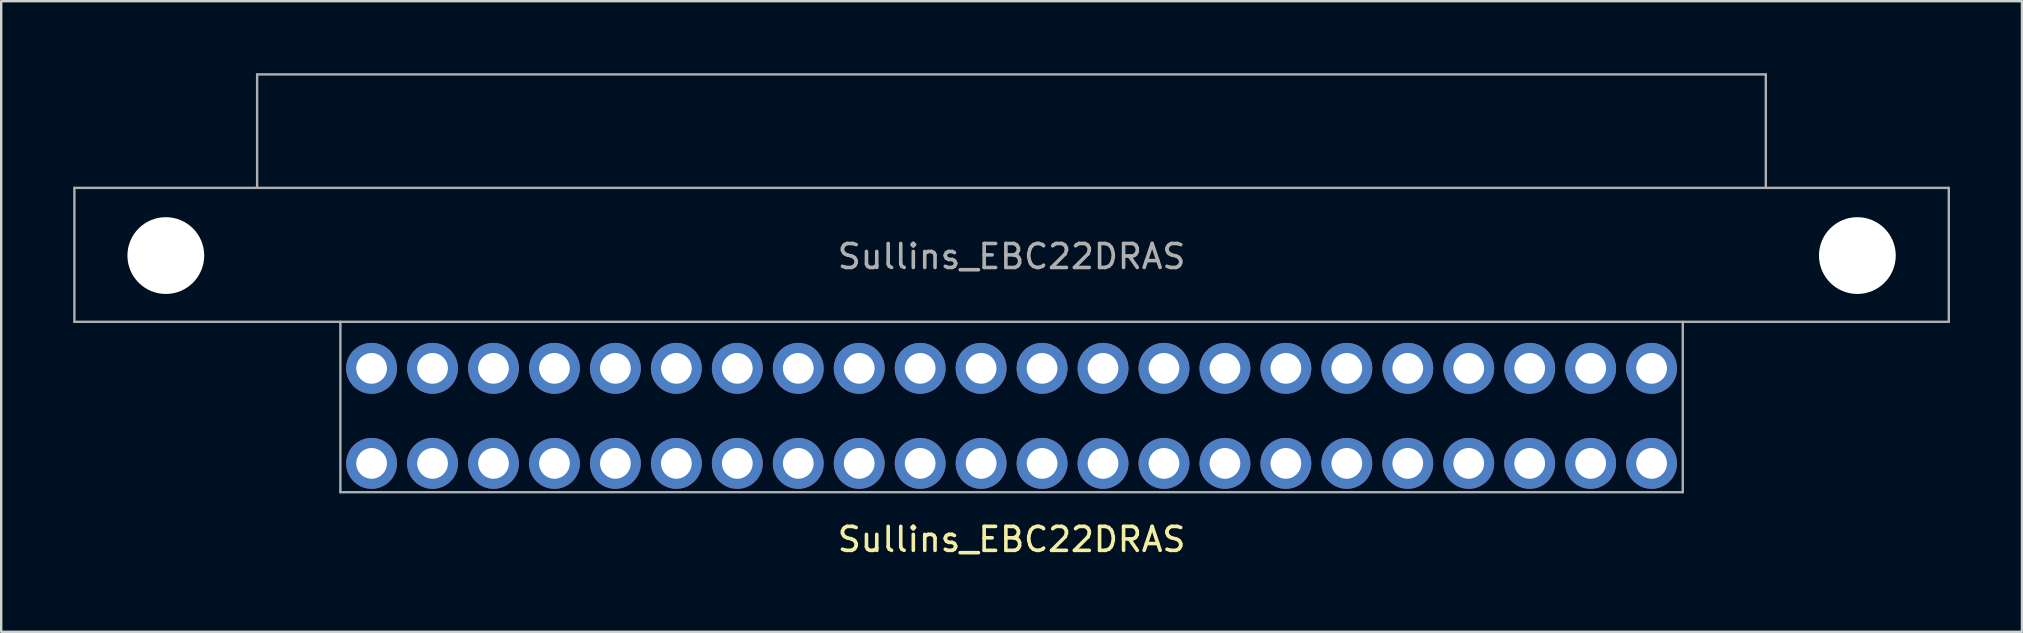
<source format=kicad_pcb>
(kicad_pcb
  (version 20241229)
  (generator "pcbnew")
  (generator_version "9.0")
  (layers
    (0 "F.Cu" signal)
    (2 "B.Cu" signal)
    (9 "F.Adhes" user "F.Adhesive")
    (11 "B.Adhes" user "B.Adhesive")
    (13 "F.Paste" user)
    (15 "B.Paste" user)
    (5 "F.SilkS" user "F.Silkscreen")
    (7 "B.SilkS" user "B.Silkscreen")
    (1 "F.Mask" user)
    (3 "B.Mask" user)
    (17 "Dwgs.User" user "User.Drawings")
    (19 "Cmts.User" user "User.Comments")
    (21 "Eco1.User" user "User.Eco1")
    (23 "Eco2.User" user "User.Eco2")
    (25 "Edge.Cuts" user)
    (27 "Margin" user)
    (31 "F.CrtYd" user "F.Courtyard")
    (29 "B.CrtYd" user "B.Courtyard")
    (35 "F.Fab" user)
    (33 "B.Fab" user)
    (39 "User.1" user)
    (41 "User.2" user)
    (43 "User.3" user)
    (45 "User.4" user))
  (footprint "Sullins_EBC22DRAS"
    (layer "F.Cu")
    (at 12.435 16.26)
    (property "Reference" "Sullins_EBC22DRAS" (at 26.67 3.17 0) (layer "F.SilkS") (effects (font (size 1 1) (thickness 0.15))))
    (attr through_hole)
    (fp_line (start -12.385 -11.48) (end 65.725 -11.48) (stroke (width 0.1) (type solid)) (layer "F.Fab"))
    (fp_line (start -12.385 -5.9) (end -12.385 -11.48) (stroke (width 0.1) (type solid)) (layer "F.Fab"))
    (fp_line (start -12.385 -5.9) (end 65.725 -5.9) (stroke (width 0.1) (type solid)) (layer "F.Fab"))
    (fp_line (start -4.77 -16.21) (end -4.77 -11.48) (stroke (width 0.1) (type solid)) (layer "F.Fab"))
    (fp_line (start -4.77 -16.21) (end 58.1 -16.21) (stroke (width 0.1) (type solid)) (layer "F.Fab"))
    (fp_line (start -1.3 -5.9) (end -1.3 1.2) (stroke (width 0.1) (type solid)) (layer "F.Fab"))
    (fp_line (start 54.64 -5.9) (end 54.64 1.2) (stroke (width 0.1) (type solid)) (layer "F.Fab"))
    (fp_line (start 54.64 1.2) (end -1.3 1.2) (stroke (width 0.1) (type solid)) (layer "F.Fab"))
    (fp_line (start 58.1 -16.21) (end 58.1 -11.48) (stroke (width 0.1) (type solid)) (layer "F.Fab"))
    (fp_line (start 65.725 -5.9) (end 65.725 -11.48) (stroke (width 0.1) (type solid)) (layer "F.Fab"))
    (fp_text user "${REFERENCE}" (at 26.67 -8.62 0) (layer "F.Fab") (effects (font (size 1 1) (thickness 0.15))))
    (pad "" np_thru_hole circle (at -8.575 -8.66) (size 3.2 3.2) (drill 3.2) (layers "*.Cu" "*.Mask"))
    (pad "" np_thru_hole circle (at 61.915 -8.66) (size 3.2 3.2) (drill 3.2) (layers "*.Cu" "*.Mask"))
    (pad "1" thru_hole circle (at 0 0) (size 2.12 2.12) (drill 1.28) (layers "*.Cu" "*.Mask"))
    (pad "2" thru_hole circle (at 2.54 0) (size 2.12 2.12) (drill 1.28) (layers "*.Cu" "*.Mask"))
    (pad "3" thru_hole circle (at 5.08 0) (size 2.12 2.12) (drill 1.28) (layers "*.Cu" "*.Mask"))
    (pad "4" thru_hole circle (at 7.62 0) (size 2.12 2.12) (drill 1.28) (layers "*.Cu" "*.Mask"))
    (pad "5" thru_hole circle (at 10.16 0) (size 2.12 2.12) (drill 1.28) (layers "*.Cu" "*.Mask"))
    (pad "6" thru_hole circle (at 12.7 0) (size 2.12 2.12) (drill 1.28) (layers "*.Cu" "*.Mask"))
    (pad "7" thru_hole circle (at 15.24 0) (size 2.12 2.12) (drill 1.28) (layers "*.Cu" "*.Mask"))
    (pad "8" thru_hole circle (at 17.78 0) (size 2.12 2.12) (drill 1.28) (layers "*.Cu" "*.Mask"))
    (pad "9" thru_hole circle (at 20.32 0) (size 2.12 2.12) (drill 1.28) (layers "*.Cu" "*.Mask"))
    (pad "10" thru_hole circle (at 22.86 0) (size 2.12 2.12) (drill 1.28) (layers "*.Cu" "*.Mask"))
    (pad "11" thru_hole circle (at 25.4 0) (size 2.12 2.12) (drill 1.28) (layers "*.Cu" "*.Mask"))
    (pad "12" thru_hole circle (at 27.94 0) (size 2.12 2.12) (drill 1.28) (layers "*.Cu" "*.Mask"))
    (pad "13" thru_hole circle (at 30.48 0) (size 2.12 2.12) (drill 1.28) (layers "*.Cu" "*.Mask"))
    (pad "14" thru_hole circle (at 33.02 0) (size 2.12 2.12) (drill 1.28) (layers "*.Cu" "*.Mask"))
    (pad "15" thru_hole circle (at 35.56 0) (size 2.12 2.12) (drill 1.28) (layers "*.Cu" "*.Mask"))
    (pad "16" thru_hole circle (at 38.1 0) (size 2.12 2.12) (drill 1.28) (layers "*.Cu" "*.Mask"))
    (pad "17" thru_hole circle (at 40.64 0) (size 2.12 2.12) (drill 1.28) (layers "*.Cu" "*.Mask"))
    (pad "18" thru_hole circle (at 43.18 0) (size 2.12 2.12) (drill 1.28) (layers "*.Cu" "*.Mask"))
    (pad "19" thru_hole circle (at 45.72 0) (size 2.12 2.12) (drill 1.28) (layers "*.Cu" "*.Mask"))
    (pad "20" thru_hole circle (at 48.26 0) (size 2.12 2.12) (drill 1.28) (layers "*.Cu" "*.Mask"))
    (pad "21" thru_hole circle (at 50.8 0) (size 2.12 2.12) (drill 1.28) (layers "*.Cu" "*.Mask"))
    (pad "22" thru_hole circle (at 53.34 0) (size 2.12 2.12) (drill 1.28) (layers "*.Cu" "*.Mask"))
    (pad "23" thru_hole circle (at 53.34 -3.96) (size 2.12 2.12) (drill 1.28) (layers "*.Cu" "*.Mask"))
    (pad "24" thru_hole circle (at 50.8 -3.96) (size 2.12 2.12) (drill 1.28) (layers "*.Cu" "*.Mask"))
    (pad "25" thru_hole circle (at 48.26 -3.96) (size 2.12 2.12) (drill 1.28) (layers "*.Cu" "*.Mask"))
    (pad "26" thru_hole circle (at 45.72 -3.96) (size 2.12 2.12) (drill 1.28) (layers "*.Cu" "*.Mask"))
    (pad "27" thru_hole circle (at 43.18 -3.96) (size 2.12 2.12) (drill 1.28) (layers "*.Cu" "*.Mask"))
    (pad "28" thru_hole circle (at 40.64 -3.96) (size 2.12 2.12) (drill 1.28) (layers "*.Cu" "*.Mask"))
    (pad "29" thru_hole circle (at 38.1 -3.96) (size 2.12 2.12) (drill 1.28) (layers "*.Cu" "*.Mask"))
    (pad "30" thru_hole circle (at 35.56 -3.96) (size 2.12 2.12) (drill 1.28) (layers "*.Cu" "*.Mask"))
    (pad "31" thru_hole circle (at 33.02 -3.96) (size 2.12 2.12) (drill 1.28) (layers "*.Cu" "*.Mask"))
    (pad "32" thru_hole circle (at 30.48 -3.96) (size 2.12 2.12) (drill 1.28) (layers "*.Cu" "*.Mask"))
    (pad "33" thru_hole circle (at 27.94 -3.96) (size 2.12 2.12) (drill 1.28) (layers "*.Cu" "*.Mask"))
    (pad "34" thru_hole circle (at 25.4 -3.96) (size 2.12 2.12) (drill 1.28) (layers "*.Cu" "*.Mask"))
    (pad "35" thru_hole circle (at 22.86 -3.96) (size 2.12 2.12) (drill 1.28) (layers "*.Cu" "*.Mask"))
    (pad "36" thru_hole circle (at 20.32 -3.96) (size 2.12 2.12) (drill 1.28) (layers "*.Cu" "*.Mask"))
    (pad "37" thru_hole circle (at 17.78 -3.96) (size 2.12 2.12) (drill 1.28) (layers "*.Cu" "*.Mask"))
    (pad "38" thru_hole circle (at 15.24 -3.96) (size 2.12 2.12) (drill 1.28) (layers "*.Cu" "*.Mask"))
    (pad "39" thru_hole circle (at 12.7 -3.96) (size 2.12 2.12) (drill 1.28) (layers "*.Cu" "*.Mask"))
    (pad "40" thru_hole circle (at 10.16 -3.96) (size 2.12 2.12) (drill 1.28) (layers "*.Cu" "*.Mask"))
    (pad "41" thru_hole circle (at 7.62 -3.96) (size 2.12 2.12) (drill 1.28) (layers "*.Cu" "*.Mask"))
    (pad "42" thru_hole circle (at 5.08 -3.96) (size 2.12 2.12) (drill 1.28) (layers "*.Cu" "*.Mask"))
    (pad "43" thru_hole circle (at 2.54 -3.96) (size 2.12 2.12) (drill 1.28) (layers "*.Cu" "*.Mask"))
    (pad "44" thru_hole circle (at 0 -3.96) (size 2.12 2.12) (drill 1.28) (layers "*.Cu" "*.Mask")))
  (gr_rect
    (start -3 -3)
    (end 81.21 23.278)
    (stroke (width 0.1) (type default))
    (fill no)
    (layer "Edge.Cuts")))
</source>
